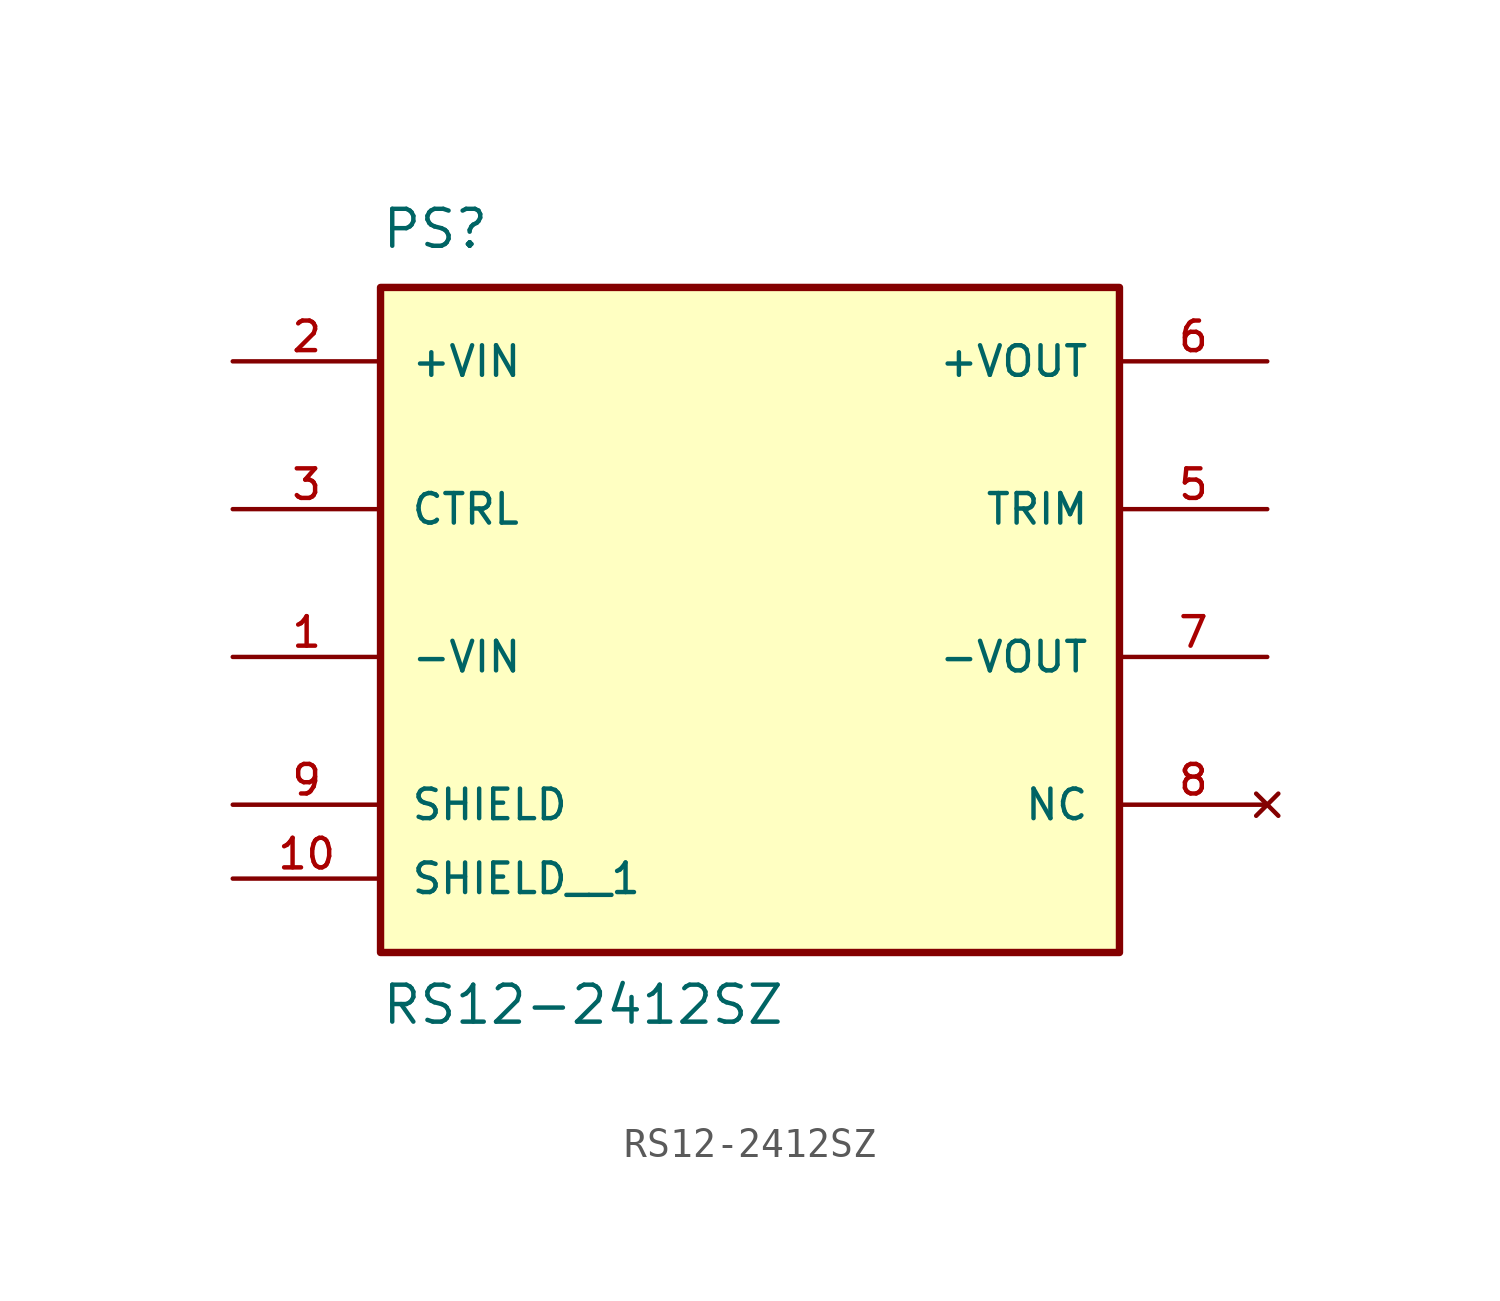
<source format=kicad_sym>
(kicad_symbol_lib
  (version 20211014)
  (generator kicad_symbol_editor)
  (symbol "RS12-2412SZ"
    (pin_names
      (offset 1.016))
    (property "Reference" "PS"
      (at -12.7 11.43 0)
      (effects (font (size 1.27 1.27)) (justify bottom left)))
    (property "Value" "RS12-2412SZ"
      (at -12.7 -15.24 0)
      (effects (font (size 1.27 1.27)) (justify bottom left)))
    (symbol "RS12-2412SZ_0_0"
      (rectangle (start -12.7 -12.7) (end 12.7 10.16) (stroke (width 0.254)) (fill (type background)))
      (pin input line (at -17.78 7.62 0) (length 5.08) (name "+VIN" (effects (font (size 1.016 1.016)))) (number "2" (effects (font (size 1.016 1.016)))))
      (pin input line (at -17.78 -2.54 0) (length 5.08) (name "-VIN" (effects (font (size 1.016 1.016)))) (number "1" (effects (font (size 1.016 1.016)))))
      (pin output line (at 17.78 7.62 180.0) (length 5.08) (name "+VOUT" (effects (font (size 1.016 1.016)))) (number "6" (effects (font (size 1.016 1.016)))))
      (pin output line (at 17.78 -2.54 180.0) (length 5.08) (name "-VOUT" (effects (font (size 1.016 1.016)))) (number "7" (effects (font (size 1.016 1.016)))))
      (pin input line (at -17.78 2.54 0) (length 5.08) (name "CTRL" (effects (font (size 1.016 1.016)))) (number "3" (effects (font (size 1.016 1.016)))))
      (pin passive line (at 17.78 2.54 180.0) (length 5.08) (name "TRIM" (effects (font (size 1.016 1.016)))) (number "5" (effects (font (size 1.016 1.016)))))
      (pin passive line (at -17.78 -7.62 0) (length 5.08) (name "SHIELD" (effects (font (size 1.016 1.016)))) (number "9" (effects (font (size 1.016 1.016)))))
      (pin no_connect line (at 17.78 -7.62 180.0) (length 5.08) (name "NC" (effects (font (size 1.016 1.016)))) (number "8" (effects (font (size 1.016 1.016)))))
      (pin passive line (at -17.78 -10.16 0) (length 5.08) (name "SHIELD__1" (effects (font (size 1.016 1.016)))) (number "10" (effects (font (size 1.016 1.016))))))))
</source>
